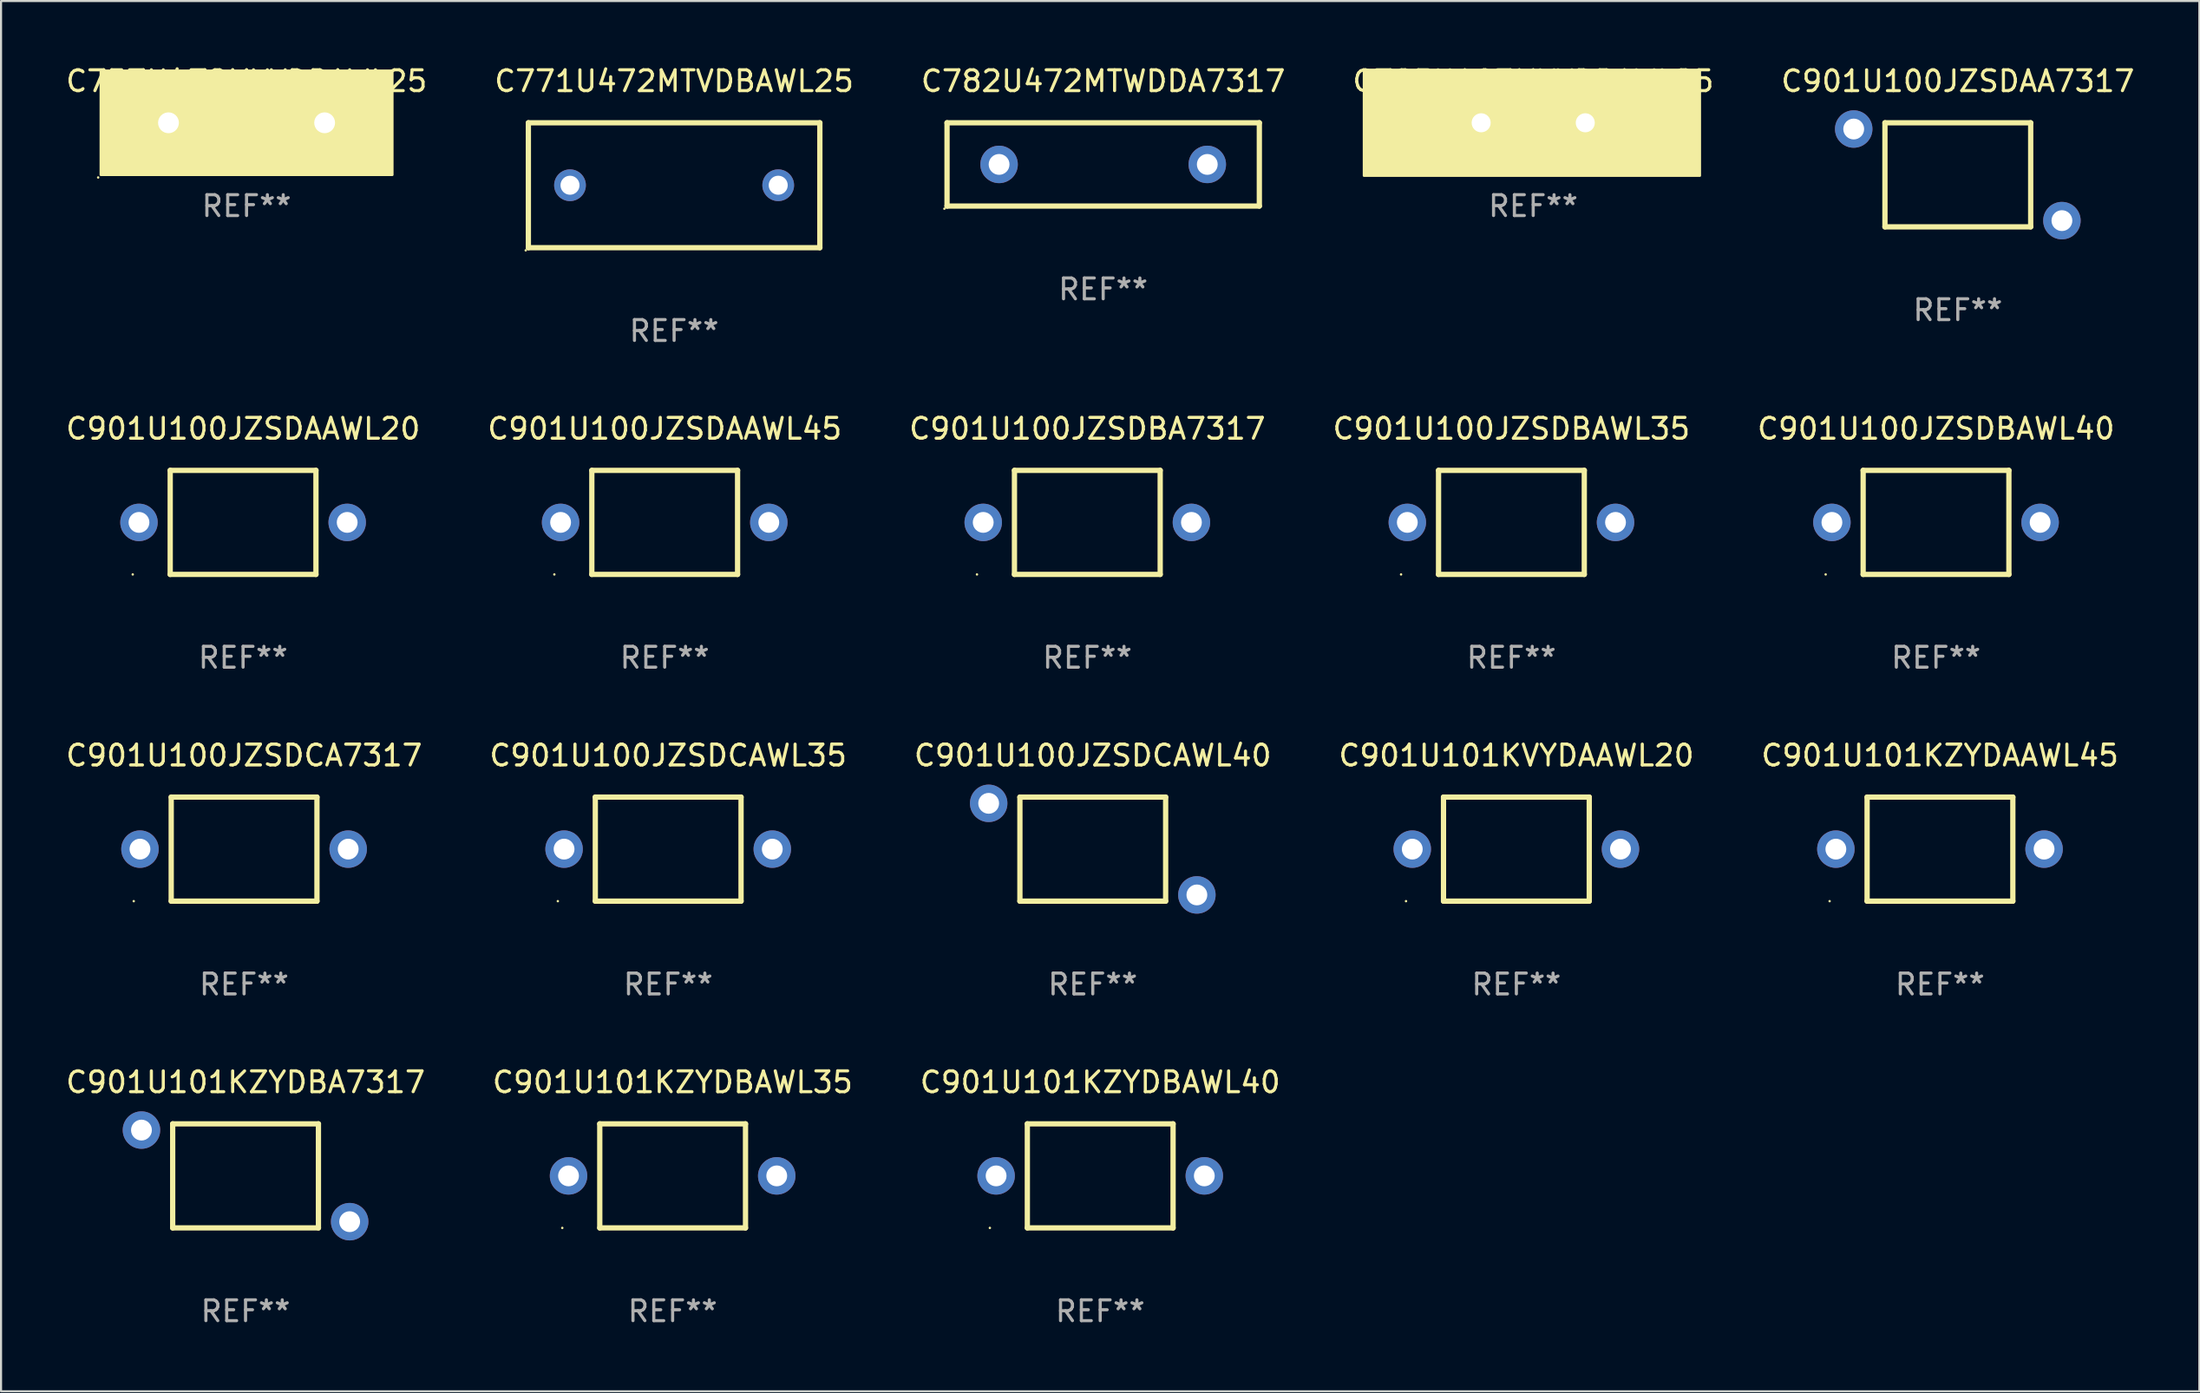
<source format=kicad_pcb>
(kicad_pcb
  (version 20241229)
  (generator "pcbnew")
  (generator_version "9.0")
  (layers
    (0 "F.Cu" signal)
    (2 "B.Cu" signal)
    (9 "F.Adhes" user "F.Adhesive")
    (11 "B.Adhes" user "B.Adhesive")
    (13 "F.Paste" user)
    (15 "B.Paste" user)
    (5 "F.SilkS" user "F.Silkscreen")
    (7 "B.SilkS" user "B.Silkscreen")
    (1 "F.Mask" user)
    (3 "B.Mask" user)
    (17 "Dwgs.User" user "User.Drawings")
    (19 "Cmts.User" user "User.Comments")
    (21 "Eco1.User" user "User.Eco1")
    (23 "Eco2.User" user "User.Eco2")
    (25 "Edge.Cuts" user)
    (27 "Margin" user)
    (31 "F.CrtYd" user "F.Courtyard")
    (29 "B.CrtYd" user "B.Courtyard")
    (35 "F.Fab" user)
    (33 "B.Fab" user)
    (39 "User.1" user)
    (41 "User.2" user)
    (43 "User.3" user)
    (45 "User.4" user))
  (footprint "C901U100JZSDBA7317"
    (layer "F.Cu")
    (at 49.173 22.044)
    (property "Reference" "C901U100JZSDBA7317" (at 0 -4.499 0) (layer "F.SilkS") (effects (font (size 1 1) (thickness 0.15))))
    (attr through_hole)
    (fp_line (start -3.5 -2.499) (end 3.5 -2.499) (stroke (width 0.254) (type solid)) (layer "F.SilkS"))
    (fp_line (start -3.5 2.499) (end -3.5 -2.499) (stroke (width 0.254) (type solid)) (layer "F.SilkS"))
    (fp_line (start 3.5 -2.499) (end 3.5 2.499) (stroke (width 0.254) (type solid)) (layer "F.SilkS"))
    (fp_line (start 3.5 2.499) (end -3.5 2.499) (stroke (width 0.254) (type solid)) (layer "F.SilkS"))
    (fp_circle (center -5.3 2.5) (end -5.27 2.5) (stroke (width 0.06) (type solid)) (fill no) (layer "F.SilkS"))
    (fp_text user "REF**" (at 0 6.499 0) (layer "F.Fab") (effects (font (size 1 1) (thickness 0.15))))
    (pad "1" thru_hole circle (at -5 0) (size 1.8 1.8) (drill 1) (layers "*.Cu" "*.Mask"))
    (pad "2" thru_hole circle (at 5 0) (size 1.8 1.8) (drill 1) (layers "*.Cu" "*.Mask")))
  (footprint "C901U101KZYDAAWL45"
    (layer "F.Cu")
    (at 90.125 37.739)
    (property "Reference" "C901U101KZYDAAWL45" (at 0 -4.499 0) (layer "F.SilkS") (effects (font (size 1 1) (thickness 0.15))))
    (attr through_hole)
    (fp_line (start -3.5 -2.499) (end 3.5 -2.499) (stroke (width 0.254) (type solid)) (layer "F.SilkS"))
    (fp_line (start -3.5 2.499) (end -3.5 -2.499) (stroke (width 0.254) (type solid)) (layer "F.SilkS"))
    (fp_line (start 3.5 -2.499) (end 3.5 2.499) (stroke (width 0.254) (type solid)) (layer "F.SilkS"))
    (fp_line (start 3.5 2.499) (end -3.5 2.499) (stroke (width 0.254) (type solid)) (layer "F.SilkS"))
    (fp_circle (center -5.3 2.5) (end -5.27 2.5) (stroke (width 0.06) (type solid)) (fill no) (layer "F.SilkS"))
    (fp_text user "REF**" (at 0 6.499 0) (layer "F.Fab") (effects (font (size 1 1) (thickness 0.15))))
    (pad "1" thru_hole circle (at -5 0) (size 1.8 1.8) (drill 1) (layers "*.Cu" "*.Mask"))
    (pad "2" thru_hole circle (at 5 0) (size 1.8 1.8) (drill 1) (layers "*.Cu" "*.Mask")))
  (footprint "C795U103MYVDBAWL25"
    (layer "F.Cu")
    (at 70.589 2.848)
    (property "Reference" "C795U103MYVDBAWL25" (at 0 -2 0) (layer "F.SilkS") (effects (font (size 1 1) (thickness 0.15))))
    (attr through_hole)
    (fp_circle (center -8 2.5) (end -7.97 2.5) (stroke (width 0.06) (type solid)) (fill no) (layer "F.SilkS"))
    (fp_poly (pts (xy -8.128 -2.54) (xy 8.001 -2.54) (xy 8.001 2.54) (xy -8.128 2.54)) (stroke (width 0.12) (type solid)) (fill yes) (layer "F.SilkS"))
    (fp_text user "REF**" (at 0 4 0) (layer "F.Fab") (effects (font (size 1 1) (thickness 0.15))))
    (pad "1" thru_hole circle (at -2.5 0) (size 1.524 1.524) (drill 0.914) (layers "*.Cu" "*.Mask"))
    (pad "2" thru_hole circle (at 2.5 0) (size 1.524 1.524) (drill 0.914) (layers "*.Cu" "*.Mask")))
  (footprint "C901U100JZSDAAWL20"
    (layer "F.Cu")
    (at 8.625 22.044)
    (property "Reference" "C901U100JZSDAAWL20" (at 0 -4.499 0) (layer "F.SilkS") (effects (font (size 1 1) (thickness 0.15))))
    (attr through_hole)
    (fp_line (start -3.5 -2.499) (end 3.5 -2.499) (stroke (width 0.254) (type solid)) (layer "F.SilkS"))
    (fp_line (start -3.5 2.499) (end -3.5 -2.499) (stroke (width 0.254) (type solid)) (layer "F.SilkS"))
    (fp_line (start 3.5 -2.499) (end 3.5 2.499) (stroke (width 0.254) (type solid)) (layer "F.SilkS"))
    (fp_line (start 3.5 2.499) (end -3.5 2.499) (stroke (width 0.254) (type solid)) (layer "F.SilkS"))
    (fp_circle (center -5.3 2.5) (end -5.27 2.5) (stroke (width 0.06) (type solid)) (fill no) (layer "F.SilkS"))
    (fp_text user "REF**" (at 0 6.499 0) (layer "F.Fab") (effects (font (size 1 1) (thickness 0.15))))
    (pad "1" thru_hole circle (at -5 0) (size 1.8 1.8) (drill 1) (layers "*.Cu" "*.Mask"))
    (pad "2" thru_hole circle (at 5 0) (size 1.8 1.8) (drill 1) (layers "*.Cu" "*.Mask")))
  (footprint "C901U101KZYDBA7317"
    (layer "F.Cu")
    (at 8.744 53.435)
    (property "Reference" "C901U101KZYDBA7317" (at 0 -4.499 0) (layer "F.SilkS") (effects (font (size 1 1) (thickness 0.15))))
    (attr through_hole)
    (fp_line (start -3.5 -2.499) (end -3.5 2.499) (stroke (width 0.254) (type solid)) (layer "F.SilkS"))
    (fp_line (start -3.5 2.499) (end 3.5 2.499) (stroke (width 0.254) (type solid)) (layer "F.SilkS"))
    (fp_line (start 3.5 -2.499) (end -3.5 -2.499) (stroke (width 0.254) (type solid)) (layer "F.SilkS"))
    (fp_line (start 3.5 2.499) (end 3.5 -2.499) (stroke (width 0.254) (type solid)) (layer "F.SilkS"))
    (fp_circle (center -5.3 -2.502) (end -5.27 -2.502) (stroke (width 0.06) (type solid)) (fill no) (layer "F.SilkS"))
    (fp_text user "REF**" (at 0 6.499 0) (layer "F.Fab") (effects (font (size 1 1) (thickness 0.15))))
    (pad "1" thru_hole circle (at -5 -2.2) (size 1.8 1.8) (drill 1) (layers "*.Cu" "*.Mask"))
    (pad "2" thru_hole circle (at 5 2.2) (size 1.8 1.8) (drill 1) (layers "*.Cu" "*.Mask")))
  (footprint "C901U100JZSDBAWL35"
    (layer "F.Cu")
    (at 69.542 22.044)
    (property "Reference" "C901U100JZSDBAWL35" (at 0 -4.499 0) (layer "F.SilkS") (effects (font (size 1 1) (thickness 0.15))))
    (attr through_hole)
    (fp_line (start -3.5 -2.499) (end 3.5 -2.499) (stroke (width 0.254) (type solid)) (layer "F.SilkS"))
    (fp_line (start -3.5 2.499) (end -3.5 -2.499) (stroke (width 0.254) (type solid)) (layer "F.SilkS"))
    (fp_line (start 3.5 -2.499) (end 3.5 2.499) (stroke (width 0.254) (type solid)) (layer "F.SilkS"))
    (fp_line (start 3.5 2.499) (end -3.5 2.499) (stroke (width 0.254) (type solid)) (layer "F.SilkS"))
    (fp_circle (center -5.3 2.5) (end -5.27 2.5) (stroke (width 0.06) (type solid)) (fill no) (layer "F.SilkS"))
    (fp_text user "REF**" (at 0 6.499 0) (layer "F.Fab") (effects (font (size 1 1) (thickness 0.15))))
    (pad "1" thru_hole circle (at -5 0) (size 1.8 1.8) (drill 1) (layers "*.Cu" "*.Mask"))
    (pad "2" thru_hole circle (at 5 0) (size 1.8 1.8) (drill 1) (layers "*.Cu" "*.Mask")))
  (footprint "C901U100JZSDCA7317"
    (layer "F.Cu")
    (at 8.673 37.739)
    (property "Reference" "C901U100JZSDCA7317" (at 0 -4.499 0) (layer "F.SilkS") (effects (font (size 1 1) (thickness 0.15))))
    (attr through_hole)
    (fp_line (start -3.5 -2.499) (end 3.5 -2.499) (stroke (width 0.254) (type solid)) (layer "F.SilkS"))
    (fp_line (start -3.5 2.499) (end -3.5 -2.499) (stroke (width 0.254) (type solid)) (layer "F.SilkS"))
    (fp_line (start 3.5 -2.499) (end 3.5 2.499) (stroke (width 0.254) (type solid)) (layer "F.SilkS"))
    (fp_line (start 3.5 2.499) (end -3.5 2.499) (stroke (width 0.254) (type solid)) (layer "F.SilkS"))
    (fp_circle (center -5.3 2.5) (end -5.27 2.5) (stroke (width 0.06) (type solid)) (fill no) (layer "F.SilkS"))
    (fp_text user "REF**" (at 0 6.499 0) (layer "F.Fab") (effects (font (size 1 1) (thickness 0.15))))
    (pad "1" thru_hole circle (at -5 0) (size 1.8 1.8) (drill 1) (layers "*.Cu" "*.Mask"))
    (pad "2" thru_hole circle (at 5 0) (size 1.8 1.8) (drill 1) (layers "*.Cu" "*.Mask")))
  (footprint "C757U472MYVDBAWL25"
    (layer "F.Cu")
    (at 8.792 2.848)
    (property "Reference" "C757U472MYVDBAWL25" (at 0 -2 0) (layer "F.SilkS") (effects (font (size 1 1) (thickness 0.15))))
    (attr through_hole)
    (fp_circle (center -7.127 2.627) (end -7.097 2.627) (stroke (width 0.06) (type solid)) (fill no) (layer "F.SilkS"))
    (fp_poly (pts (xy -7 -2.5) (xy 7 -2.5) (xy 7 2.5) (xy -7 2.5)) (stroke (width 0.12) (type solid)) (fill yes) (layer "F.SilkS"))
    (fp_text user "REF**" (at 0 4 0) (layer "F.Fab") (effects (font (size 1 1) (thickness 0.15))))
    (pad "1" thru_hole circle (at -3.75 0) (size 1.6 1.6) (drill 1) (layers "*.Cu" "*.Mask"))
    (pad "2" thru_hole circle (at 3.75 0) (size 1.6 1.6) (drill 1) (layers "*.Cu" "*.Mask")))
  (footprint "C771U472MTVDBAWL25"
    (layer "F.Cu")
    (at 29.327 5.848)
    (property "Reference" "C771U472MTVDBAWL25" (at 0 -5 0) (layer "F.SilkS") (effects (font (size 1 1) (thickness 0.15))))
    (attr through_hole)
    (fp_line (start -7 -3) (end 7 -3) (stroke (width 0.254) (type solid)) (layer "F.SilkS"))
    (fp_line (start -7 3) (end -7 -3) (stroke (width 0.254) (type solid)) (layer "F.SilkS"))
    (fp_line (start 7 -3) (end 7 3) (stroke (width 0.254) (type solid)) (layer "F.SilkS"))
    (fp_line (start 7 3) (end -7 3) (stroke (width 0.254) (type solid)) (layer "F.SilkS"))
    (fp_circle (center -7.127 3.127) (end -7.097 3.127) (stroke (width 0.06) (type solid)) (fill no) (layer "F.SilkS"))
    (fp_text user "REF**" (at 0 7 0) (layer "F.Fab") (effects (font (size 1 1) (thickness 0.15))))
    (pad "1" thru_hole circle (at -5 0) (size 1.524 1.524) (drill 0.914) (layers "*.Cu" "*.Mask"))
    (pad "2" thru_hole circle (at 5 0) (size 1.524 1.524) (drill 0.914) (layers "*.Cu" "*.Mask")))
  (footprint "C901U101KZYDBAWL40"
    (layer "F.Cu")
    (at 49.792 53.435)
    (property "Reference" "C901U101KZYDBAWL40" (at 0 -4.499 0) (layer "F.SilkS") (effects (font (size 1 1) (thickness 0.15))))
    (attr through_hole)
    (fp_line (start -3.5 -2.499) (end 3.5 -2.499) (stroke (width 0.254) (type solid)) (layer "F.SilkS"))
    (fp_line (start -3.5 2.499) (end -3.5 -2.499) (stroke (width 0.254) (type solid)) (layer "F.SilkS"))
    (fp_line (start 3.5 -2.499) (end 3.5 2.499) (stroke (width 0.254) (type solid)) (layer "F.SilkS"))
    (fp_line (start 3.5 2.499) (end -3.5 2.499) (stroke (width 0.254) (type solid)) (layer "F.SilkS"))
    (fp_circle (center -5.3 2.5) (end -5.27 2.5) (stroke (width 0.06) (type solid)) (fill no) (layer "F.SilkS"))
    (fp_text user "REF**" (at 0 6.499 0) (layer "F.Fab") (effects (font (size 1 1) (thickness 0.15))))
    (pad "1" thru_hole circle (at -5 0) (size 1.8 1.8) (drill 1) (layers "*.Cu" "*.Mask"))
    (pad "2" thru_hole circle (at 5 0) (size 1.8 1.8) (drill 1) (layers "*.Cu" "*.Mask")))
  (footprint "C901U100JZSDCAWL35"
    (layer "F.Cu")
    (at 29.042 37.739)
    (property "Reference" "C901U100JZSDCAWL35" (at 0 -4.499 0) (layer "F.SilkS") (effects (font (size 1 1) (thickness 0.15))))
    (attr through_hole)
    (fp_line (start -3.5 -2.499) (end 3.5 -2.499) (stroke (width 0.254) (type solid)) (layer "F.SilkS"))
    (fp_line (start -3.5 2.499) (end -3.5 -2.499) (stroke (width 0.254) (type solid)) (layer "F.SilkS"))
    (fp_line (start 3.5 -2.499) (end 3.5 2.499) (stroke (width 0.254) (type solid)) (layer "F.SilkS"))
    (fp_line (start 3.5 2.499) (end -3.5 2.499) (stroke (width 0.254) (type solid)) (layer "F.SilkS"))
    (fp_circle (center -5.3 2.5) (end -5.27 2.5) (stroke (width 0.06) (type solid)) (fill no) (layer "F.SilkS"))
    (fp_text user "REF**" (at 0 6.499 0) (layer "F.Fab") (effects (font (size 1 1) (thickness 0.15))))
    (pad "1" thru_hole circle (at -5 0) (size 1.8 1.8) (drill 1) (layers "*.Cu" "*.Mask"))
    (pad "2" thru_hole circle (at 5 0) (size 1.8 1.8) (drill 1) (layers "*.Cu" "*.Mask")))
  (footprint "C782U472MTWDDA7317"
    (layer "F.Cu")
    (at 49.935 4.848)
    (property "Reference" "C782U472MTWDDA7317" (at 0 -4 0) (layer "F.SilkS") (effects (font (size 1 1) (thickness 0.15))))
    (attr through_hole)
    (fp_line (start -7.5 -2) (end 7.5 -2) (stroke (width 0.254) (type solid)) (layer "F.SilkS"))
    (fp_line (start -7.5 2) (end -7.5 -2) (stroke (width 0.254) (type solid)) (layer "F.SilkS"))
    (fp_line (start 7.5 -2) (end 7.5 2) (stroke (width 0.254) (type solid)) (layer "F.SilkS"))
    (fp_line (start 7.5 2) (end -7.5 2) (stroke (width 0.254) (type solid)) (layer "F.SilkS"))
    (fp_circle (center -7.627 2.127) (end -7.597 2.127) (stroke (width 0.06) (type solid)) (fill no) (layer "F.SilkS"))
    (fp_text user "REF**" (at 0 6 0) (layer "F.Fab") (effects (font (size 1 1) (thickness 0.15))))
    (pad "1" thru_hole circle (at -5 0) (size 1.8 1.8) (drill 1) (layers "*.Cu" "*.Mask"))
    (pad "2" thru_hole circle (at 5 0) (size 1.8 1.8) (drill 1) (layers "*.Cu" "*.Mask")))
  (footprint "C901U100JZSDBAWL40"
    (layer "F.Cu")
    (at 89.935 22.044)
    (property "Reference" "C901U100JZSDBAWL40" (at 0 -4.499 0) (layer "F.SilkS") (effects (font (size 1 1) (thickness 0.15))))
    (attr through_hole)
    (fp_line (start -3.5 -2.499) (end 3.5 -2.499) (stroke (width 0.254) (type solid)) (layer "F.SilkS"))
    (fp_line (start -3.5 2.499) (end -3.5 -2.499) (stroke (width 0.254) (type solid)) (layer "F.SilkS"))
    (fp_line (start 3.5 -2.499) (end 3.5 2.499) (stroke (width 0.254) (type solid)) (layer "F.SilkS"))
    (fp_line (start 3.5 2.499) (end -3.5 2.499) (stroke (width 0.254) (type solid)) (layer "F.SilkS"))
    (fp_circle (center -5.3 2.5) (end -5.27 2.5) (stroke (width 0.06) (type solid)) (fill no) (layer "F.SilkS"))
    (fp_text user "REF**" (at 0 6.499 0) (layer "F.Fab") (effects (font (size 1 1) (thickness 0.15))))
    (pad "1" thru_hole circle (at -5 0) (size 1.8 1.8) (drill 1) (layers "*.Cu" "*.Mask"))
    (pad "2" thru_hole circle (at 5 0) (size 1.8 1.8) (drill 1) (layers "*.Cu" "*.Mask")))
  (footprint "C901U100JZSDAA7317"
    (layer "F.Cu")
    (at 90.982 5.348)
    (property "Reference" "C901U100JZSDAA7317" (at 0 -4.499 0) (layer "F.SilkS") (effects (font (size 1 1) (thickness 0.15))))
    (attr through_hole)
    (fp_line (start -3.5 -2.499) (end -3.5 2.499) (stroke (width 0.254) (type solid)) (layer "F.SilkS"))
    (fp_line (start -3.5 2.499) (end 3.5 2.499) (stroke (width 0.254) (type solid)) (layer "F.SilkS"))
    (fp_line (start 3.5 -2.499) (end -3.5 -2.499) (stroke (width 0.254) (type solid)) (layer "F.SilkS"))
    (fp_line (start 3.5 2.499) (end 3.5 -2.499) (stroke (width 0.254) (type solid)) (layer "F.SilkS"))
    (fp_circle (center -5.3 -2.502) (end -5.27 -2.502) (stroke (width 0.06) (type solid)) (fill no) (layer "F.SilkS"))
    (fp_text user "REF**" (at 0 6.499 0) (layer "F.Fab") (effects (font (size 1 1) (thickness 0.15))))
    (pad "1" thru_hole circle (at -5 -2.2) (size 1.8 1.8) (drill 1) (layers "*.Cu" "*.Mask"))
    (pad "2" thru_hole circle (at 5 2.2) (size 1.8 1.8) (drill 1) (layers "*.Cu" "*.Mask")))
  (footprint "C901U100JZSDAAWL45"
    (layer "F.Cu")
    (at 28.875 22.044)
    (property "Reference" "C901U100JZSDAAWL45" (at 0 -4.499 0) (layer "F.SilkS") (effects (font (size 1 1) (thickness 0.15))))
    (attr through_hole)
    (fp_line (start -3.5 -2.499) (end 3.5 -2.499) (stroke (width 0.254) (type solid)) (layer "F.SilkS"))
    (fp_line (start -3.5 2.499) (end -3.5 -2.499) (stroke (width 0.254) (type solid)) (layer "F.SilkS"))
    (fp_line (start 3.5 -2.499) (end 3.5 2.499) (stroke (width 0.254) (type solid)) (layer "F.SilkS"))
    (fp_line (start 3.5 2.499) (end -3.5 2.499) (stroke (width 0.254) (type solid)) (layer "F.SilkS"))
    (fp_circle (center -5.3 2.5) (end -5.27 2.5) (stroke (width 0.06) (type solid)) (fill no) (layer "F.SilkS"))
    (fp_text user "REF**" (at 0 6.499 0) (layer "F.Fab") (effects (font (size 1 1) (thickness 0.15))))
    (pad "1" thru_hole circle (at -5 0) (size 1.8 1.8) (drill 1) (layers "*.Cu" "*.Mask"))
    (pad "2" thru_hole circle (at 5 0) (size 1.8 1.8) (drill 1) (layers "*.Cu" "*.Mask")))
  (footprint "C901U101KZYDBAWL35"
    (layer "F.Cu")
    (at 29.256 53.435)
    (property "Reference" "C901U101KZYDBAWL35" (at 0 -4.499 0) (layer "F.SilkS") (effects (font (size 1 1) (thickness 0.15))))
    (attr through_hole)
    (fp_line (start -3.5 -2.499) (end 3.5 -2.499) (stroke (width 0.254) (type solid)) (layer "F.SilkS"))
    (fp_line (start -3.5 2.499) (end -3.5 -2.499) (stroke (width 0.254) (type solid)) (layer "F.SilkS"))
    (fp_line (start 3.5 -2.499) (end 3.5 2.499) (stroke (width 0.254) (type solid)) (layer "F.SilkS"))
    (fp_line (start 3.5 2.499) (end -3.5 2.499) (stroke (width 0.254) (type solid)) (layer "F.SilkS"))
    (fp_circle (center -5.3 2.5) (end -5.27 2.5) (stroke (width 0.06) (type solid)) (fill no) (layer "F.SilkS"))
    (fp_text user "REF**" (at 0 6.499 0) (layer "F.Fab") (effects (font (size 1 1) (thickness 0.15))))
    (pad "1" thru_hole circle (at -5 0) (size 1.8 1.8) (drill 1) (layers "*.Cu" "*.Mask"))
    (pad "2" thru_hole circle (at 5 0) (size 1.8 1.8) (drill 1) (layers "*.Cu" "*.Mask")))
  (footprint "C901U100JZSDCAWL40"
    (layer "F.Cu")
    (at 49.435 37.739)
    (property "Reference" "C901U100JZSDCAWL40" (at 0 -4.499 0) (layer "F.SilkS") (effects (font (size 1 1) (thickness 0.15))))
    (attr through_hole)
    (fp_line (start -3.5 -2.499) (end -3.5 2.499) (stroke (width 0.254) (type solid)) (layer "F.SilkS"))
    (fp_line (start -3.5 2.499) (end 3.5 2.499) (stroke (width 0.254) (type solid)) (layer "F.SilkS"))
    (fp_line (start 3.5 -2.499) (end -3.5 -2.499) (stroke (width 0.254) (type solid)) (layer "F.SilkS"))
    (fp_line (start 3.5 2.499) (end 3.5 -2.499) (stroke (width 0.254) (type solid)) (layer "F.SilkS"))
    (fp_circle (center -5.3 -2.502) (end -5.27 -2.502) (stroke (width 0.06) (type solid)) (fill no) (layer "F.SilkS"))
    (fp_text user "REF**" (at 0 6.499 0) (layer "F.Fab") (effects (font (size 1 1) (thickness 0.15))))
    (pad "1" thru_hole circle (at -5 -2.2) (size 1.8 1.8) (drill 1) (layers "*.Cu" "*.Mask"))
    (pad "2" thru_hole circle (at 5 2.2) (size 1.8 1.8) (drill 1) (layers "*.Cu" "*.Mask")))
  (footprint "C901U101KVYDAAWL20"
    (layer "F.Cu")
    (at 69.78 37.739)
    (property "Reference" "C901U101KVYDAAWL20" (at 0 -4.499 0) (layer "F.SilkS") (effects (font (size 1 1) (thickness 0.15))))
    (attr through_hole)
    (fp_line (start -3.5 -2.499) (end 3.5 -2.499) (stroke (width 0.254) (type solid)) (layer "F.SilkS"))
    (fp_line (start -3.5 2.499) (end -3.5 -2.499) (stroke (width 0.254) (type solid)) (layer "F.SilkS"))
    (fp_line (start 3.5 -2.499) (end 3.5 2.499) (stroke (width 0.254) (type solid)) (layer "F.SilkS"))
    (fp_line (start 3.5 2.499) (end -3.5 2.499) (stroke (width 0.254) (type solid)) (layer "F.SilkS"))
    (fp_circle (center -5.3 2.5) (end -5.27 2.5) (stroke (width 0.06) (type solid)) (fill no) (layer "F.SilkS"))
    (fp_text user "REF**" (at 0 6.499 0) (layer "F.Fab") (effects (font (size 1 1) (thickness 0.15))))
    (pad "1" thru_hole circle (at -5 0) (size 1.8 1.8) (drill 1) (layers "*.Cu" "*.Mask"))
    (pad "2" thru_hole circle (at 5 0) (size 1.8 1.8) (drill 1) (layers "*.Cu" "*.Mask")))
  (gr_rect
    (start -3 -3)
    (end 102.583 63.782)
    (stroke (width 0.1) (type default))
    (fill no)
    (layer "Edge.Cuts")))
</source>
